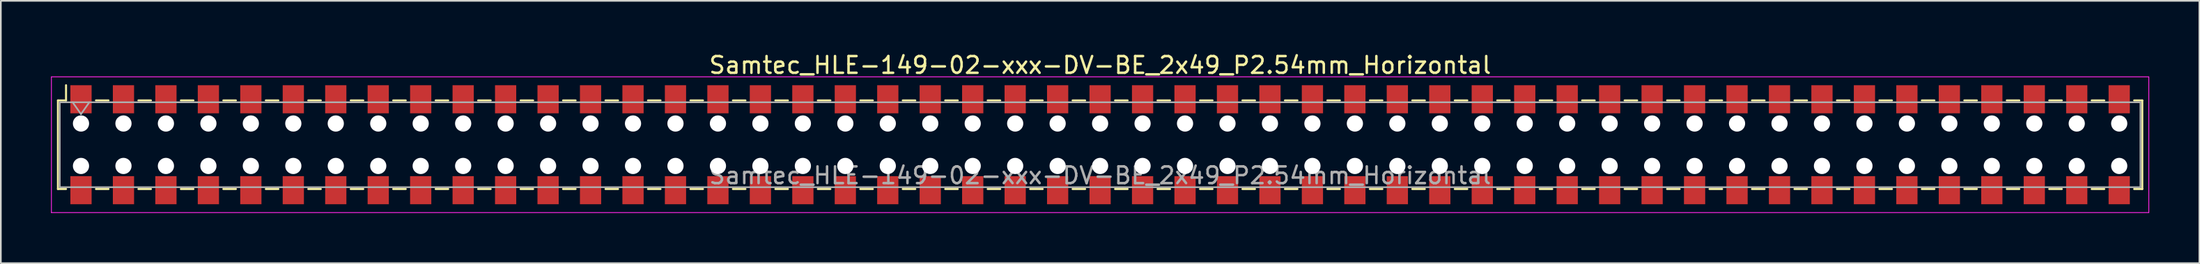
<source format=kicad_pcb>
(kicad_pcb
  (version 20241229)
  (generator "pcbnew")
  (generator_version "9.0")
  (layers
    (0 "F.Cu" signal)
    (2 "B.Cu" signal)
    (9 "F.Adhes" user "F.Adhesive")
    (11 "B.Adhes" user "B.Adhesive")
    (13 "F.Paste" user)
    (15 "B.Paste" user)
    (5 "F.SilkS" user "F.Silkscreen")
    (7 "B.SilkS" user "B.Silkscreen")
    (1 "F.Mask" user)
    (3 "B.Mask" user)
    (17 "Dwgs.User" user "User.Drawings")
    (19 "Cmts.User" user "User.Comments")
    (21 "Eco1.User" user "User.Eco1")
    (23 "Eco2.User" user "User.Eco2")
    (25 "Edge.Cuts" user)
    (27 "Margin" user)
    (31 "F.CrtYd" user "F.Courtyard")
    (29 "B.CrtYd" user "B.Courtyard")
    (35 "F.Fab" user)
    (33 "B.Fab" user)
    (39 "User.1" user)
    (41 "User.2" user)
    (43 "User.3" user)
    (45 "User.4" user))
  (footprint "Samtec_HLE-149-02-xxx-DV-BE_2x49_P2.54mm_Horizontal"
    (layer "F.Cu")
    (at 62.755 5.608)
    (property "Reference" "Samtec_HLE-149-02-xxx-DV-BE_2x49_P2.54mm_Horizontal" (at 0 -4.76 0) (layer "F.SilkS") (effects (font (size 1 1) (thickness 0.15))))
    (attr smd)
    (fp_line (start -62.34 -2.65) (end -62.34 2.65) (stroke (width 0.12) (type solid)) (layer "F.SilkS"))
    (fp_line (start -62.34 2.65) (end -61.855 2.65) (stroke (width 0.12) (type solid)) (layer "F.SilkS"))
    (fp_line (start -61.855 -3.56) (end -61.855 -2.65) (stroke (width 0.12) (type solid)) (layer "F.SilkS"))
    (fp_line (start -61.855 -2.65) (end -62.34 -2.65) (stroke (width 0.12) (type solid)) (layer "F.SilkS"))
    (fp_line (start -60.065 -2.65) (end -59.315 -2.65) (stroke (width 0.12) (type solid)) (layer "F.SilkS"))
    (fp_line (start -60.065 2.65) (end -59.315 2.65) (stroke (width 0.12) (type solid)) (layer "F.SilkS"))
    (fp_line (start -57.525 -2.65) (end -56.775 -2.65) (stroke (width 0.12) (type solid)) (layer "F.SilkS"))
    (fp_line (start -57.525 2.65) (end -56.775 2.65) (stroke (width 0.12) (type solid)) (layer "F.SilkS"))
    (fp_line (start -54.985 -2.65) (end -54.235 -2.65) (stroke (width 0.12) (type solid)) (layer "F.SilkS"))
    (fp_line (start -54.985 2.65) (end -54.235 2.65) (stroke (width 0.12) (type solid)) (layer "F.SilkS"))
    (fp_line (start -52.445 -2.65) (end -51.695 -2.65) (stroke (width 0.12) (type solid)) (layer "F.SilkS"))
    (fp_line (start -52.445 2.65) (end -51.695 2.65) (stroke (width 0.12) (type solid)) (layer "F.SilkS"))
    (fp_line (start -49.905 -2.65) (end -49.155 -2.65) (stroke (width 0.12) (type solid)) (layer "F.SilkS"))
    (fp_line (start -49.905 2.65) (end -49.155 2.65) (stroke (width 0.12) (type solid)) (layer "F.SilkS"))
    (fp_line (start -47.365 -2.65) (end -46.615 -2.65) (stroke (width 0.12) (type solid)) (layer "F.SilkS"))
    (fp_line (start -47.365 2.65) (end -46.615 2.65) (stroke (width 0.12) (type solid)) (layer "F.SilkS"))
    (fp_line (start -44.825 -2.65) (end -44.075 -2.65) (stroke (width 0.12) (type solid)) (layer "F.SilkS"))
    (fp_line (start -44.825 2.65) (end -44.075 2.65) (stroke (width 0.12) (type solid)) (layer "F.SilkS"))
    (fp_line (start -42.285 -2.65) (end -41.535 -2.65) (stroke (width 0.12) (type solid)) (layer "F.SilkS"))
    (fp_line (start -42.285 2.65) (end -41.535 2.65) (stroke (width 0.12) (type solid)) (layer "F.SilkS"))
    (fp_line (start -39.745 -2.65) (end -38.995 -2.65) (stroke (width 0.12) (type solid)) (layer "F.SilkS"))
    (fp_line (start -39.745 2.65) (end -38.995 2.65) (stroke (width 0.12) (type solid)) (layer "F.SilkS"))
    (fp_line (start -37.205 -2.65) (end -36.455 -2.65) (stroke (width 0.12) (type solid)) (layer "F.SilkS"))
    (fp_line (start -37.205 2.65) (end -36.455 2.65) (stroke (width 0.12) (type solid)) (layer "F.SilkS"))
    (fp_line (start -34.665 -2.65) (end -33.915 -2.65) (stroke (width 0.12) (type solid)) (layer "F.SilkS"))
    (fp_line (start -34.665 2.65) (end -33.915 2.65) (stroke (width 0.12) (type solid)) (layer "F.SilkS"))
    (fp_line (start -32.125 -2.65) (end -31.375 -2.65) (stroke (width 0.12) (type solid)) (layer "F.SilkS"))
    (fp_line (start -32.125 2.65) (end -31.375 2.65) (stroke (width 0.12) (type solid)) (layer "F.SilkS"))
    (fp_line (start -29.585 -2.65) (end -28.835 -2.65) (stroke (width 0.12) (type solid)) (layer "F.SilkS"))
    (fp_line (start -29.585 2.65) (end -28.835 2.65) (stroke (width 0.12) (type solid)) (layer "F.SilkS"))
    (fp_line (start -27.045 -2.65) (end -26.295 -2.65) (stroke (width 0.12) (type solid)) (layer "F.SilkS"))
    (fp_line (start -27.045 2.65) (end -26.295 2.65) (stroke (width 0.12) (type solid)) (layer "F.SilkS"))
    (fp_line (start -24.505 -2.65) (end -23.755 -2.65) (stroke (width 0.12) (type solid)) (layer "F.SilkS"))
    (fp_line (start -24.505 2.65) (end -23.755 2.65) (stroke (width 0.12) (type solid)) (layer "F.SilkS"))
    (fp_line (start -21.965 -2.65) (end -21.215 -2.65) (stroke (width 0.12) (type solid)) (layer "F.SilkS"))
    (fp_line (start -21.965 2.65) (end -21.215 2.65) (stroke (width 0.12) (type solid)) (layer "F.SilkS"))
    (fp_line (start -19.425 -2.65) (end -18.675 -2.65) (stroke (width 0.12) (type solid)) (layer "F.SilkS"))
    (fp_line (start -19.425 2.65) (end -18.675 2.65) (stroke (width 0.12) (type solid)) (layer "F.SilkS"))
    (fp_line (start -16.885 -2.65) (end -16.135 -2.65) (stroke (width 0.12) (type solid)) (layer "F.SilkS"))
    (fp_line (start -16.885 2.65) (end -16.135 2.65) (stroke (width 0.12) (type solid)) (layer "F.SilkS"))
    (fp_line (start -14.345 -2.65) (end -13.595 -2.65) (stroke (width 0.12) (type solid)) (layer "F.SilkS"))
    (fp_line (start -14.345 2.65) (end -13.595 2.65) (stroke (width 0.12) (type solid)) (layer "F.SilkS"))
    (fp_line (start -11.805 -2.65) (end -11.055 -2.65) (stroke (width 0.12) (type solid)) (layer "F.SilkS"))
    (fp_line (start -11.805 2.65) (end -11.055 2.65) (stroke (width 0.12) (type solid)) (layer "F.SilkS"))
    (fp_line (start -9.265 -2.65) (end -8.515 -2.65) (stroke (width 0.12) (type solid)) (layer "F.SilkS"))
    (fp_line (start -9.265 2.65) (end -8.515 2.65) (stroke (width 0.12) (type solid)) (layer "F.SilkS"))
    (fp_line (start -6.725 -2.65) (end -5.975 -2.65) (stroke (width 0.12) (type solid)) (layer "F.SilkS"))
    (fp_line (start -6.725 2.65) (end -5.975 2.65) (stroke (width 0.12) (type solid)) (layer "F.SilkS"))
    (fp_line (start -4.185 -2.65) (end -3.435 -2.65) (stroke (width 0.12) (type solid)) (layer "F.SilkS"))
    (fp_line (start -4.185 2.65) (end -3.435 2.65) (stroke (width 0.12) (type solid)) (layer "F.SilkS"))
    (fp_line (start -1.645 -2.65) (end -0.895 -2.65) (stroke (width 0.12) (type solid)) (layer "F.SilkS"))
    (fp_line (start -1.645 2.65) (end -0.895 2.65) (stroke (width 0.12) (type solid)) (layer "F.SilkS"))
    (fp_line (start 0.895 -2.65) (end 1.645 -2.65) (stroke (width 0.12) (type solid)) (layer "F.SilkS"))
    (fp_line (start 0.895 2.65) (end 1.645 2.65) (stroke (width 0.12) (type solid)) (layer "F.SilkS"))
    (fp_line (start 3.435 -2.65) (end 4.185 -2.65) (stroke (width 0.12) (type solid)) (layer "F.SilkS"))
    (fp_line (start 3.435 2.65) (end 4.185 2.65) (stroke (width 0.12) (type solid)) (layer "F.SilkS"))
    (fp_line (start 5.975 -2.65) (end 6.725 -2.65) (stroke (width 0.12) (type solid)) (layer "F.SilkS"))
    (fp_line (start 5.975 2.65) (end 6.725 2.65) (stroke (width 0.12) (type solid)) (layer "F.SilkS"))
    (fp_line (start 8.515 -2.65) (end 9.265 -2.65) (stroke (width 0.12) (type solid)) (layer "F.SilkS"))
    (fp_line (start 8.515 2.65) (end 9.265 2.65) (stroke (width 0.12) (type solid)) (layer "F.SilkS"))
    (fp_line (start 11.055 -2.65) (end 11.805 -2.65) (stroke (width 0.12) (type solid)) (layer "F.SilkS"))
    (fp_line (start 11.055 2.65) (end 11.805 2.65) (stroke (width 0.12) (type solid)) (layer "F.SilkS"))
    (fp_line (start 13.595 -2.65) (end 14.345 -2.65) (stroke (width 0.12) (type solid)) (layer "F.SilkS"))
    (fp_line (start 13.595 2.65) (end 14.345 2.65) (stroke (width 0.12) (type solid)) (layer "F.SilkS"))
    (fp_line (start 16.135 -2.65) (end 16.885 -2.65) (stroke (width 0.12) (type solid)) (layer "F.SilkS"))
    (fp_line (start 16.135 2.65) (end 16.885 2.65) (stroke (width 0.12) (type solid)) (layer "F.SilkS"))
    (fp_line (start 18.675 -2.65) (end 19.425 -2.65) (stroke (width 0.12) (type solid)) (layer "F.SilkS"))
    (fp_line (start 18.675 2.65) (end 19.425 2.65) (stroke (width 0.12) (type solid)) (layer "F.SilkS"))
    (fp_line (start 21.215 -2.65) (end 21.965 -2.65) (stroke (width 0.12) (type solid)) (layer "F.SilkS"))
    (fp_line (start 21.215 2.65) (end 21.965 2.65) (stroke (width 0.12) (type solid)) (layer "F.SilkS"))
    (fp_line (start 23.755 -2.65) (end 24.505 -2.65) (stroke (width 0.12) (type solid)) (layer "F.SilkS"))
    (fp_line (start 23.755 2.65) (end 24.505 2.65) (stroke (width 0.12) (type solid)) (layer "F.SilkS"))
    (fp_line (start 26.295 -2.65) (end 27.045 -2.65) (stroke (width 0.12) (type solid)) (layer "F.SilkS"))
    (fp_line (start 26.295 2.65) (end 27.045 2.65) (stroke (width 0.12) (type solid)) (layer "F.SilkS"))
    (fp_line (start 28.835 -2.65) (end 29.585 -2.65) (stroke (width 0.12) (type solid)) (layer "F.SilkS"))
    (fp_line (start 28.835 2.65) (end 29.585 2.65) (stroke (width 0.12) (type solid)) (layer "F.SilkS"))
    (fp_line (start 31.375 -2.65) (end 32.125 -2.65) (stroke (width 0.12) (type solid)) (layer "F.SilkS"))
    (fp_line (start 31.375 2.65) (end 32.125 2.65) (stroke (width 0.12) (type solid)) (layer "F.SilkS"))
    (fp_line (start 33.915 -2.65) (end 34.665 -2.65) (stroke (width 0.12) (type solid)) (layer "F.SilkS"))
    (fp_line (start 33.915 2.65) (end 34.665 2.65) (stroke (width 0.12) (type solid)) (layer "F.SilkS"))
    (fp_line (start 36.455 -2.65) (end 37.205 -2.65) (stroke (width 0.12) (type solid)) (layer "F.SilkS"))
    (fp_line (start 36.455 2.65) (end 37.205 2.65) (stroke (width 0.12) (type solid)) (layer "F.SilkS"))
    (fp_line (start 38.995 -2.65) (end 39.745 -2.65) (stroke (width 0.12) (type solid)) (layer "F.SilkS"))
    (fp_line (start 38.995 2.65) (end 39.745 2.65) (stroke (width 0.12) (type solid)) (layer "F.SilkS"))
    (fp_line (start 41.535 -2.65) (end 42.285 -2.65) (stroke (width 0.12) (type solid)) (layer "F.SilkS"))
    (fp_line (start 41.535 2.65) (end 42.285 2.65) (stroke (width 0.12) (type solid)) (layer "F.SilkS"))
    (fp_line (start 44.075 -2.65) (end 44.825 -2.65) (stroke (width 0.12) (type solid)) (layer "F.SilkS"))
    (fp_line (start 44.075 2.65) (end 44.825 2.65) (stroke (width 0.12) (type solid)) (layer "F.SilkS"))
    (fp_line (start 46.615 -2.65) (end 47.365 -2.65) (stroke (width 0.12) (type solid)) (layer "F.SilkS"))
    (fp_line (start 46.615 2.65) (end 47.365 2.65) (stroke (width 0.12) (type solid)) (layer "F.SilkS"))
    (fp_line (start 49.155 -2.65) (end 49.905 -2.65) (stroke (width 0.12) (type solid)) (layer "F.SilkS"))
    (fp_line (start 49.155 2.65) (end 49.905 2.65) (stroke (width 0.12) (type solid)) (layer "F.SilkS"))
    (fp_line (start 51.695 -2.65) (end 52.445 -2.65) (stroke (width 0.12) (type solid)) (layer "F.SilkS"))
    (fp_line (start 51.695 2.65) (end 52.445 2.65) (stroke (width 0.12) (type solid)) (layer "F.SilkS"))
    (fp_line (start 54.235 -2.65) (end 54.985 -2.65) (stroke (width 0.12) (type solid)) (layer "F.SilkS"))
    (fp_line (start 54.235 2.65) (end 54.985 2.65) (stroke (width 0.12) (type solid)) (layer "F.SilkS"))
    (fp_line (start 56.775 -2.65) (end 57.525 -2.65) (stroke (width 0.12) (type solid)) (layer "F.SilkS"))
    (fp_line (start 56.775 2.65) (end 57.525 2.65) (stroke (width 0.12) (type solid)) (layer "F.SilkS"))
    (fp_line (start 59.315 -2.65) (end 60.065 -2.65) (stroke (width 0.12) (type solid)) (layer "F.SilkS"))
    (fp_line (start 59.315 2.65) (end 60.065 2.65) (stroke (width 0.12) (type solid)) (layer "F.SilkS"))
    (fp_line (start 61.855 -2.65) (end 62.34 -2.65) (stroke (width 0.12) (type solid)) (layer "F.SilkS"))
    (fp_line (start 62.34 -2.65) (end 62.34 2.65) (stroke (width 0.12) (type solid)) (layer "F.SilkS"))
    (fp_line (start 62.34 2.65) (end 61.855 2.65) (stroke (width 0.12) (type solid)) (layer "F.SilkS"))
    (fp_line (start -62.73 -4.06) (end 62.73 -4.06) (stroke (width 0.05) (type solid)) (layer "F.CrtYd"))
    (fp_line (start -62.73 4.06) (end -62.73 -4.06) (stroke (width 0.05) (type solid)) (layer "F.CrtYd"))
    (fp_line (start 62.73 -4.06) (end 62.73 4.06) (stroke (width 0.05) (type solid)) (layer "F.CrtYd"))
    (fp_line (start 62.73 4.06) (end -62.73 4.06) (stroke (width 0.05) (type solid)) (layer "F.CrtYd"))
    (fp_line (start -62.23 -2.54) (end 62.23 -2.54) (stroke (width 0.1) (type solid)) (layer "F.Fab"))
    (fp_line (start -62.23 2.54) (end -62.23 -2.54) (stroke (width 0.1) (type solid)) (layer "F.Fab"))
    (fp_line (start -61.46 -2.54) (end -60.96 -1.833) (stroke (width 0.1) (type solid)) (layer "F.Fab"))
    (fp_line (start -60.96 -1.833) (end -60.46 -2.54) (stroke (width 0.1) (type solid)) (layer "F.Fab"))
    (fp_line (start 62.23 -2.54) (end 62.23 2.54) (stroke (width 0.1) (type solid)) (layer "F.Fab"))
    (fp_line (start 62.23 2.54) (end -62.23 2.54) (stroke (width 0.1) (type solid)) (layer "F.Fab"))
    (fp_text user "${REFERENCE}" (at 0 1.84 0) (layer "F.Fab") (effects (font (size 1 1) (thickness 0.15))))
    (pad "" np_thru_hole circle (at -60.96 -1.27) (size 0.97 0.97) (drill 0.97) (layers "*.Cu" "*.Mask"))
    (pad "" np_thru_hole circle (at -60.96 1.27) (size 0.97 0.97) (drill 0.97) (layers "*.Cu" "*.Mask"))
    (pad "" np_thru_hole circle (at -58.42 -1.27) (size 0.97 0.97) (drill 0.97) (layers "*.Cu" "*.Mask"))
    (pad "" np_thru_hole circle (at -58.42 1.27) (size 0.97 0.97) (drill 0.97) (layers "*.Cu" "*.Mask"))
    (pad "" np_thru_hole circle (at -55.88 -1.27) (size 0.97 0.97) (drill 0.97) (layers "*.Cu" "*.Mask"))
    (pad "" np_thru_hole circle (at -55.88 1.27) (size 0.97 0.97) (drill 0.97) (layers "*.Cu" "*.Mask"))
    (pad "" np_thru_hole circle (at -53.34 -1.27) (size 0.97 0.97) (drill 0.97) (layers "*.Cu" "*.Mask"))
    (pad "" np_thru_hole circle (at -53.34 1.27) (size 0.97 0.97) (drill 0.97) (layers "*.Cu" "*.Mask"))
    (pad "" np_thru_hole circle (at -50.8 -1.27) (size 0.97 0.97) (drill 0.97) (layers "*.Cu" "*.Mask"))
    (pad "" np_thru_hole circle (at -50.8 1.27) (size 0.97 0.97) (drill 0.97) (layers "*.Cu" "*.Mask"))
    (pad "" np_thru_hole circle (at -48.26 -1.27) (size 0.97 0.97) (drill 0.97) (layers "*.Cu" "*.Mask"))
    (pad "" np_thru_hole circle (at -48.26 1.27) (size 0.97 0.97) (drill 0.97) (layers "*.Cu" "*.Mask"))
    (pad "" np_thru_hole circle (at -45.72 -1.27) (size 0.97 0.97) (drill 0.97) (layers "*.Cu" "*.Mask"))
    (pad "" np_thru_hole circle (at -45.72 1.27) (size 0.97 0.97) (drill 0.97) (layers "*.Cu" "*.Mask"))
    (pad "" np_thru_hole circle (at -43.18 -1.27) (size 0.97 0.97) (drill 0.97) (layers "*.Cu" "*.Mask"))
    (pad "" np_thru_hole circle (at -43.18 1.27) (size 0.97 0.97) (drill 0.97) (layers "*.Cu" "*.Mask"))
    (pad "" np_thru_hole circle (at -40.64 -1.27) (size 0.97 0.97) (drill 0.97) (layers "*.Cu" "*.Mask"))
    (pad "" np_thru_hole circle (at -40.64 1.27) (size 0.97 0.97) (drill 0.97) (layers "*.Cu" "*.Mask"))
    (pad "" np_thru_hole circle (at -38.1 -1.27) (size 0.97 0.97) (drill 0.97) (layers "*.Cu" "*.Mask"))
    (pad "" np_thru_hole circle (at -38.1 1.27) (size 0.97 0.97) (drill 0.97) (layers "*.Cu" "*.Mask"))
    (pad "" np_thru_hole circle (at -35.56 -1.27) (size 0.97 0.97) (drill 0.97) (layers "*.Cu" "*.Mask"))
    (pad "" np_thru_hole circle (at -35.56 1.27) (size 0.97 0.97) (drill 0.97) (layers "*.Cu" "*.Mask"))
    (pad "" np_thru_hole circle (at -33.02 -1.27) (size 0.97 0.97) (drill 0.97) (layers "*.Cu" "*.Mask"))
    (pad "" np_thru_hole circle (at -33.02 1.27) (size 0.97 0.97) (drill 0.97) (layers "*.Cu" "*.Mask"))
    (pad "" np_thru_hole circle (at -30.48 -1.27) (size 0.97 0.97) (drill 0.97) (layers "*.Cu" "*.Mask"))
    (pad "" np_thru_hole circle (at -30.48 1.27) (size 0.97 0.97) (drill 0.97) (layers "*.Cu" "*.Mask"))
    (pad "" np_thru_hole circle (at -27.94 -1.27) (size 0.97 0.97) (drill 0.97) (layers "*.Cu" "*.Mask"))
    (pad "" np_thru_hole circle (at -27.94 1.27) (size 0.97 0.97) (drill 0.97) (layers "*.Cu" "*.Mask"))
    (pad "" np_thru_hole circle (at -25.4 -1.27) (size 0.97 0.97) (drill 0.97) (layers "*.Cu" "*.Mask"))
    (pad "" np_thru_hole circle (at -25.4 1.27) (size 0.97 0.97) (drill 0.97) (layers "*.Cu" "*.Mask"))
    (pad "" np_thru_hole circle (at -22.86 -1.27) (size 0.97 0.97) (drill 0.97) (layers "*.Cu" "*.Mask"))
    (pad "" np_thru_hole circle (at -22.86 1.27) (size 0.97 0.97) (drill 0.97) (layers "*.Cu" "*.Mask"))
    (pad "" np_thru_hole circle (at -20.32 -1.27) (size 0.97 0.97) (drill 0.97) (layers "*.Cu" "*.Mask"))
    (pad "" np_thru_hole circle (at -20.32 1.27) (size 0.97 0.97) (drill 0.97) (layers "*.Cu" "*.Mask"))
    (pad "" np_thru_hole circle (at -17.78 -1.27) (size 0.97 0.97) (drill 0.97) (layers "*.Cu" "*.Mask"))
    (pad "" np_thru_hole circle (at -17.78 1.27) (size 0.97 0.97) (drill 0.97) (layers "*.Cu" "*.Mask"))
    (pad "" np_thru_hole circle (at -15.24 -1.27) (size 0.97 0.97) (drill 0.97) (layers "*.Cu" "*.Mask"))
    (pad "" np_thru_hole circle (at -15.24 1.27) (size 0.97 0.97) (drill 0.97) (layers "*.Cu" "*.Mask"))
    (pad "" np_thru_hole circle (at -12.7 -1.27) (size 0.97 0.97) (drill 0.97) (layers "*.Cu" "*.Mask"))
    (pad "" np_thru_hole circle (at -12.7 1.27) (size 0.97 0.97) (drill 0.97) (layers "*.Cu" "*.Mask"))
    (pad "" np_thru_hole circle (at -10.16 -1.27) (size 0.97 0.97) (drill 0.97) (layers "*.Cu" "*.Mask"))
    (pad "" np_thru_hole circle (at -10.16 1.27) (size 0.97 0.97) (drill 0.97) (layers "*.Cu" "*.Mask"))
    (pad "" np_thru_hole circle (at -7.62 -1.27) (size 0.97 0.97) (drill 0.97) (layers "*.Cu" "*.Mask"))
    (pad "" np_thru_hole circle (at -7.62 1.27) (size 0.97 0.97) (drill 0.97) (layers "*.Cu" "*.Mask"))
    (pad "" np_thru_hole circle (at -5.08 -1.27) (size 0.97 0.97) (drill 0.97) (layers "*.Cu" "*.Mask"))
    (pad "" np_thru_hole circle (at -5.08 1.27) (size 0.97 0.97) (drill 0.97) (layers "*.Cu" "*.Mask"))
    (pad "" np_thru_hole circle (at -2.54 -1.27) (size 0.97 0.97) (drill 0.97) (layers "*.Cu" "*.Mask"))
    (pad "" np_thru_hole circle (at -2.54 1.27) (size 0.97 0.97) (drill 0.97) (layers "*.Cu" "*.Mask"))
    (pad "" np_thru_hole circle (at 0 -1.27) (size 0.97 0.97) (drill 0.97) (layers "*.Cu" "*.Mask"))
    (pad "" np_thru_hole circle (at 0 1.27) (size 0.97 0.97) (drill 0.97) (layers "*.Cu" "*.Mask"))
    (pad "" np_thru_hole circle (at 2.54 -1.27) (size 0.97 0.97) (drill 0.97) (layers "*.Cu" "*.Mask"))
    (pad "" np_thru_hole circle (at 2.54 1.27) (size 0.97 0.97) (drill 0.97) (layers "*.Cu" "*.Mask"))
    (pad "" np_thru_hole circle (at 5.08 -1.27) (size 0.97 0.97) (drill 0.97) (layers "*.Cu" "*.Mask"))
    (pad "" np_thru_hole circle (at 5.08 1.27) (size 0.97 0.97) (drill 0.97) (layers "*.Cu" "*.Mask"))
    (pad "" np_thru_hole circle (at 7.62 -1.27) (size 0.97 0.97) (drill 0.97) (layers "*.Cu" "*.Mask"))
    (pad "" np_thru_hole circle (at 7.62 1.27) (size 0.97 0.97) (drill 0.97) (layers "*.Cu" "*.Mask"))
    (pad "" np_thru_hole circle (at 10.16 -1.27) (size 0.97 0.97) (drill 0.97) (layers "*.Cu" "*.Mask"))
    (pad "" np_thru_hole circle (at 10.16 1.27) (size 0.97 0.97) (drill 0.97) (layers "*.Cu" "*.Mask"))
    (pad "" np_thru_hole circle (at 12.7 -1.27) (size 0.97 0.97) (drill 0.97) (layers "*.Cu" "*.Mask"))
    (pad "" np_thru_hole circle (at 12.7 1.27) (size 0.97 0.97) (drill 0.97) (layers "*.Cu" "*.Mask"))
    (pad "" np_thru_hole circle (at 15.24 -1.27) (size 0.97 0.97) (drill 0.97) (layers "*.Cu" "*.Mask"))
    (pad "" np_thru_hole circle (at 15.24 1.27) (size 0.97 0.97) (drill 0.97) (layers "*.Cu" "*.Mask"))
    (pad "" np_thru_hole circle (at 17.78 -1.27) (size 0.97 0.97) (drill 0.97) (layers "*.Cu" "*.Mask"))
    (pad "" np_thru_hole circle (at 17.78 1.27) (size 0.97 0.97) (drill 0.97) (layers "*.Cu" "*.Mask"))
    (pad "" np_thru_hole circle (at 20.32 -1.27) (size 0.97 0.97) (drill 0.97) (layers "*.Cu" "*.Mask"))
    (pad "" np_thru_hole circle (at 20.32 1.27) (size 0.97 0.97) (drill 0.97) (layers "*.Cu" "*.Mask"))
    (pad "" np_thru_hole circle (at 22.86 -1.27) (size 0.97 0.97) (drill 0.97) (layers "*.Cu" "*.Mask"))
    (pad "" np_thru_hole circle (at 22.86 1.27) (size 0.97 0.97) (drill 0.97) (layers "*.Cu" "*.Mask"))
    (pad "" np_thru_hole circle (at 25.4 -1.27) (size 0.97 0.97) (drill 0.97) (layers "*.Cu" "*.Mask"))
    (pad "" np_thru_hole circle (at 25.4 1.27) (size 0.97 0.97) (drill 0.97) (layers "*.Cu" "*.Mask"))
    (pad "" np_thru_hole circle (at 27.94 -1.27) (size 0.97 0.97) (drill 0.97) (layers "*.Cu" "*.Mask"))
    (pad "" np_thru_hole circle (at 27.94 1.27) (size 0.97 0.97) (drill 0.97) (layers "*.Cu" "*.Mask"))
    (pad "" np_thru_hole circle (at 30.48 -1.27) (size 0.97 0.97) (drill 0.97) (layers "*.Cu" "*.Mask"))
    (pad "" np_thru_hole circle (at 30.48 1.27) (size 0.97 0.97) (drill 0.97) (layers "*.Cu" "*.Mask"))
    (pad "" np_thru_hole circle (at 33.02 -1.27) (size 0.97 0.97) (drill 0.97) (layers "*.Cu" "*.Mask"))
    (pad "" np_thru_hole circle (at 33.02 1.27) (size 0.97 0.97) (drill 0.97) (layers "*.Cu" "*.Mask"))
    (pad "" np_thru_hole circle (at 35.56 -1.27) (size 0.97 0.97) (drill 0.97) (layers "*.Cu" "*.Mask"))
    (pad "" np_thru_hole circle (at 35.56 1.27) (size 0.97 0.97) (drill 0.97) (layers "*.Cu" "*.Mask"))
    (pad "" np_thru_hole circle (at 38.1 -1.27) (size 0.97 0.97) (drill 0.97) (layers "*.Cu" "*.Mask"))
    (pad "" np_thru_hole circle (at 38.1 1.27) (size 0.97 0.97) (drill 0.97) (layers "*.Cu" "*.Mask"))
    (pad "" np_thru_hole circle (at 40.64 -1.27) (size 0.97 0.97) (drill 0.97) (layers "*.Cu" "*.Mask"))
    (pad "" np_thru_hole circle (at 40.64 1.27) (size 0.97 0.97) (drill 0.97) (layers "*.Cu" "*.Mask"))
    (pad "" np_thru_hole circle (at 43.18 -1.27) (size 0.97 0.97) (drill 0.97) (layers "*.Cu" "*.Mask"))
    (pad "" np_thru_hole circle (at 43.18 1.27) (size 0.97 0.97) (drill 0.97) (layers "*.Cu" "*.Mask"))
    (pad "" np_thru_hole circle (at 45.72 -1.27) (size 0.97 0.97) (drill 0.97) (layers "*.Cu" "*.Mask"))
    (pad "" np_thru_hole circle (at 45.72 1.27) (size 0.97 0.97) (drill 0.97) (layers "*.Cu" "*.Mask"))
    (pad "" np_thru_hole circle (at 48.26 -1.27) (size 0.97 0.97) (drill 0.97) (layers "*.Cu" "*.Mask"))
    (pad "" np_thru_hole circle (at 48.26 1.27) (size 0.97 0.97) (drill 0.97) (layers "*.Cu" "*.Mask"))
    (pad "" np_thru_hole circle (at 50.8 -1.27) (size 0.97 0.97) (drill 0.97) (layers "*.Cu" "*.Mask"))
    (pad "" np_thru_hole circle (at 50.8 1.27) (size 0.97 0.97) (drill 0.97) (layers "*.Cu" "*.Mask"))
    (pad "" np_thru_hole circle (at 53.34 -1.27) (size 0.97 0.97) (drill 0.97) (layers "*.Cu" "*.Mask"))
    (pad "" np_thru_hole circle (at 53.34 1.27) (size 0.97 0.97) (drill 0.97) (layers "*.Cu" "*.Mask"))
    (pad "" np_thru_hole circle (at 55.88 -1.27) (size 0.97 0.97) (drill 0.97) (layers "*.Cu" "*.Mask"))
    (pad "" np_thru_hole circle (at 55.88 1.27) (size 0.97 0.97) (drill 0.97) (layers "*.Cu" "*.Mask"))
    (pad "" np_thru_hole circle (at 58.42 -1.27) (size 0.97 0.97) (drill 0.97) (layers "*.Cu" "*.Mask"))
    (pad "" np_thru_hole circle (at 58.42 1.27) (size 0.97 0.97) (drill 0.97) (layers "*.Cu" "*.Mask"))
    (pad "" np_thru_hole circle (at 60.96 -1.27) (size 0.97 0.97) (drill 0.97) (layers "*.Cu" "*.Mask"))
    (pad "" np_thru_hole circle (at 60.96 1.27) (size 0.97 0.97) (drill 0.97) (layers "*.Cu" "*.Mask"))
    (pad "1" smd rect (at -60.96 -2.72) (size 1.27 1.68) (layers "F.Cu" "F.Mask" "F.Paste"))
    (pad "2" smd rect (at -60.96 2.72) (size 1.27 1.68) (layers "F.Cu" "F.Mask" "F.Paste"))
    (pad "3" smd rect (at -58.42 -2.72) (size 1.27 1.68) (layers "F.Cu" "F.Mask" "F.Paste"))
    (pad "4" smd rect (at -58.42 2.72) (size 1.27 1.68) (layers "F.Cu" "F.Mask" "F.Paste"))
    (pad "5" smd rect (at -55.88 -2.72) (size 1.27 1.68) (layers "F.Cu" "F.Mask" "F.Paste"))
    (pad "6" smd rect (at -55.88 2.72) (size 1.27 1.68) (layers "F.Cu" "F.Mask" "F.Paste"))
    (pad "7" smd rect (at -53.34 -2.72) (size 1.27 1.68) (layers "F.Cu" "F.Mask" "F.Paste"))
    (pad "8" smd rect (at -53.34 2.72) (size 1.27 1.68) (layers "F.Cu" "F.Mask" "F.Paste"))
    (pad "9" smd rect (at -50.8 -2.72) (size 1.27 1.68) (layers "F.Cu" "F.Mask" "F.Paste"))
    (pad "10" smd rect (at -50.8 2.72) (size 1.27 1.68) (layers "F.Cu" "F.Mask" "F.Paste"))
    (pad "11" smd rect (at -48.26 -2.72) (size 1.27 1.68) (layers "F.Cu" "F.Mask" "F.Paste"))
    (pad "12" smd rect (at -48.26 2.72) (size 1.27 1.68) (layers "F.Cu" "F.Mask" "F.Paste"))
    (pad "13" smd rect (at -45.72 -2.72) (size 1.27 1.68) (layers "F.Cu" "F.Mask" "F.Paste"))
    (pad "14" smd rect (at -45.72 2.72) (size 1.27 1.68) (layers "F.Cu" "F.Mask" "F.Paste"))
    (pad "15" smd rect (at -43.18 -2.72) (size 1.27 1.68) (layers "F.Cu" "F.Mask" "F.Paste"))
    (pad "16" smd rect (at -43.18 2.72) (size 1.27 1.68) (layers "F.Cu" "F.Mask" "F.Paste"))
    (pad "17" smd rect (at -40.64 -2.72) (size 1.27 1.68) (layers "F.Cu" "F.Mask" "F.Paste"))
    (pad "18" smd rect (at -40.64 2.72) (size 1.27 1.68) (layers "F.Cu" "F.Mask" "F.Paste"))
    (pad "19" smd rect (at -38.1 -2.72) (size 1.27 1.68) (layers "F.Cu" "F.Mask" "F.Paste"))
    (pad "20" smd rect (at -38.1 2.72) (size 1.27 1.68) (layers "F.Cu" "F.Mask" "F.Paste"))
    (pad "21" smd rect (at -35.56 -2.72) (size 1.27 1.68) (layers "F.Cu" "F.Mask" "F.Paste"))
    (pad "22" smd rect (at -35.56 2.72) (size 1.27 1.68) (layers "F.Cu" "F.Mask" "F.Paste"))
    (pad "23" smd rect (at -33.02 -2.72) (size 1.27 1.68) (layers "F.Cu" "F.Mask" "F.Paste"))
    (pad "24" smd rect (at -33.02 2.72) (size 1.27 1.68) (layers "F.Cu" "F.Mask" "F.Paste"))
    (pad "25" smd rect (at -30.48 -2.72) (size 1.27 1.68) (layers "F.Cu" "F.Mask" "F.Paste"))
    (pad "26" smd rect (at -30.48 2.72) (size 1.27 1.68) (layers "F.Cu" "F.Mask" "F.Paste"))
    (pad "27" smd rect (at -27.94 -2.72) (size 1.27 1.68) (layers "F.Cu" "F.Mask" "F.Paste"))
    (pad "28" smd rect (at -27.94 2.72) (size 1.27 1.68) (layers "F.Cu" "F.Mask" "F.Paste"))
    (pad "29" smd rect (at -25.4 -2.72) (size 1.27 1.68) (layers "F.Cu" "F.Mask" "F.Paste"))
    (pad "30" smd rect (at -25.4 2.72) (size 1.27 1.68) (layers "F.Cu" "F.Mask" "F.Paste"))
    (pad "31" smd rect (at -22.86 -2.72) (size 1.27 1.68) (layers "F.Cu" "F.Mask" "F.Paste"))
    (pad "32" smd rect (at -22.86 2.72) (size 1.27 1.68) (layers "F.Cu" "F.Mask" "F.Paste"))
    (pad "33" smd rect (at -20.32 -2.72) (size 1.27 1.68) (layers "F.Cu" "F.Mask" "F.Paste"))
    (pad "34" smd rect (at -20.32 2.72) (size 1.27 1.68) (layers "F.Cu" "F.Mask" "F.Paste"))
    (pad "35" smd rect (at -17.78 -2.72) (size 1.27 1.68) (layers "F.Cu" "F.Mask" "F.Paste"))
    (pad "36" smd rect (at -17.78 2.72) (size 1.27 1.68) (layers "F.Cu" "F.Mask" "F.Paste"))
    (pad "37" smd rect (at -15.24 -2.72) (size 1.27 1.68) (layers "F.Cu" "F.Mask" "F.Paste"))
    (pad "38" smd rect (at -15.24 2.72) (size 1.27 1.68) (layers "F.Cu" "F.Mask" "F.Paste"))
    (pad "39" smd rect (at -12.7 -2.72) (size 1.27 1.68) (layers "F.Cu" "F.Mask" "F.Paste"))
    (pad "40" smd rect (at -12.7 2.72) (size 1.27 1.68) (layers "F.Cu" "F.Mask" "F.Paste"))
    (pad "41" smd rect (at -10.16 -2.72) (size 1.27 1.68) (layers "F.Cu" "F.Mask" "F.Paste"))
    (pad "42" smd rect (at -10.16 2.72) (size 1.27 1.68) (layers "F.Cu" "F.Mask" "F.Paste"))
    (pad "43" smd rect (at -7.62 -2.72) (size 1.27 1.68) (layers "F.Cu" "F.Mask" "F.Paste"))
    (pad "44" smd rect (at -7.62 2.72) (size 1.27 1.68) (layers "F.Cu" "F.Mask" "F.Paste"))
    (pad "45" smd rect (at -5.08 -2.72) (size 1.27 1.68) (layers "F.Cu" "F.Mask" "F.Paste"))
    (pad "46" smd rect (at -5.08 2.72) (size 1.27 1.68) (layers "F.Cu" "F.Mask" "F.Paste"))
    (pad "47" smd rect (at -2.54 -2.72) (size 1.27 1.68) (layers "F.Cu" "F.Mask" "F.Paste"))
    (pad "48" smd rect (at -2.54 2.72) (size 1.27 1.68) (layers "F.Cu" "F.Mask" "F.Paste"))
    (pad "49" smd rect (at 0 -2.72) (size 1.27 1.68) (layers "F.Cu" "F.Mask" "F.Paste"))
    (pad "50" smd rect (at 0 2.72) (size 1.27 1.68) (layers "F.Cu" "F.Mask" "F.Paste"))
    (pad "51" smd rect (at 2.54 -2.72) (size 1.27 1.68) (layers "F.Cu" "F.Mask" "F.Paste"))
    (pad "52" smd rect (at 2.54 2.72) (size 1.27 1.68) (layers "F.Cu" "F.Mask" "F.Paste"))
    (pad "53" smd rect (at 5.08 -2.72) (size 1.27 1.68) (layers "F.Cu" "F.Mask" "F.Paste"))
    (pad "54" smd rect (at 5.08 2.72) (size 1.27 1.68) (layers "F.Cu" "F.Mask" "F.Paste"))
    (pad "55" smd rect (at 7.62 -2.72) (size 1.27 1.68) (layers "F.Cu" "F.Mask" "F.Paste"))
    (pad "56" smd rect (at 7.62 2.72) (size 1.27 1.68) (layers "F.Cu" "F.Mask" "F.Paste"))
    (pad "57" smd rect (at 10.16 -2.72) (size 1.27 1.68) (layers "F.Cu" "F.Mask" "F.Paste"))
    (pad "58" smd rect (at 10.16 2.72) (size 1.27 1.68) (layers "F.Cu" "F.Mask" "F.Paste"))
    (pad "59" smd rect (at 12.7 -2.72) (size 1.27 1.68) (layers "F.Cu" "F.Mask" "F.Paste"))
    (pad "60" smd rect (at 12.7 2.72) (size 1.27 1.68) (layers "F.Cu" "F.Mask" "F.Paste"))
    (pad "61" smd rect (at 15.24 -2.72) (size 1.27 1.68) (layers "F.Cu" "F.Mask" "F.Paste"))
    (pad "62" smd rect (at 15.24 2.72) (size 1.27 1.68) (layers "F.Cu" "F.Mask" "F.Paste"))
    (pad "63" smd rect (at 17.78 -2.72) (size 1.27 1.68) (layers "F.Cu" "F.Mask" "F.Paste"))
    (pad "64" smd rect (at 17.78 2.72) (size 1.27 1.68) (layers "F.Cu" "F.Mask" "F.Paste"))
    (pad "65" smd rect (at 20.32 -2.72) (size 1.27 1.68) (layers "F.Cu" "F.Mask" "F.Paste"))
    (pad "66" smd rect (at 20.32 2.72) (size 1.27 1.68) (layers "F.Cu" "F.Mask" "F.Paste"))
    (pad "67" smd rect (at 22.86 -2.72) (size 1.27 1.68) (layers "F.Cu" "F.Mask" "F.Paste"))
    (pad "68" smd rect (at 22.86 2.72) (size 1.27 1.68) (layers "F.Cu" "F.Mask" "F.Paste"))
    (pad "69" smd rect (at 25.4 -2.72) (size 1.27 1.68) (layers "F.Cu" "F.Mask" "F.Paste"))
    (pad "70" smd rect (at 25.4 2.72) (size 1.27 1.68) (layers "F.Cu" "F.Mask" "F.Paste"))
    (pad "71" smd rect (at 27.94 -2.72) (size 1.27 1.68) (layers "F.Cu" "F.Mask" "F.Paste"))
    (pad "72" smd rect (at 27.94 2.72) (size 1.27 1.68) (layers "F.Cu" "F.Mask" "F.Paste"))
    (pad "73" smd rect (at 30.48 -2.72) (size 1.27 1.68) (layers "F.Cu" "F.Mask" "F.Paste"))
    (pad "74" smd rect (at 30.48 2.72) (size 1.27 1.68) (layers "F.Cu" "F.Mask" "F.Paste"))
    (pad "75" smd rect (at 33.02 -2.72) (size 1.27 1.68) (layers "F.Cu" "F.Mask" "F.Paste"))
    (pad "76" smd rect (at 33.02 2.72) (size 1.27 1.68) (layers "F.Cu" "F.Mask" "F.Paste"))
    (pad "77" smd rect (at 35.56 -2.72) (size 1.27 1.68) (layers "F.Cu" "F.Mask" "F.Paste"))
    (pad "78" smd rect (at 35.56 2.72) (size 1.27 1.68) (layers "F.Cu" "F.Mask" "F.Paste"))
    (pad "79" smd rect (at 38.1 -2.72) (size 1.27 1.68) (layers "F.Cu" "F.Mask" "F.Paste"))
    (pad "80" smd rect (at 38.1 2.72) (size 1.27 1.68) (layers "F.Cu" "F.Mask" "F.Paste"))
    (pad "81" smd rect (at 40.64 -2.72) (size 1.27 1.68) (layers "F.Cu" "F.Mask" "F.Paste"))
    (pad "82" smd rect (at 40.64 2.72) (size 1.27 1.68) (layers "F.Cu" "F.Mask" "F.Paste"))
    (pad "83" smd rect (at 43.18 -2.72) (size 1.27 1.68) (layers "F.Cu" "F.Mask" "F.Paste"))
    (pad "84" smd rect (at 43.18 2.72) (size 1.27 1.68) (layers "F.Cu" "F.Mask" "F.Paste"))
    (pad "85" smd rect (at 45.72 -2.72) (size 1.27 1.68) (layers "F.Cu" "F.Mask" "F.Paste"))
    (pad "86" smd rect (at 45.72 2.72) (size 1.27 1.68) (layers "F.Cu" "F.Mask" "F.Paste"))
    (pad "87" smd rect (at 48.26 -2.72) (size 1.27 1.68) (layers "F.Cu" "F.Mask" "F.Paste"))
    (pad "88" smd rect (at 48.26 2.72) (size 1.27 1.68) (layers "F.Cu" "F.Mask" "F.Paste"))
    (pad "89" smd rect (at 50.8 -2.72) (size 1.27 1.68) (layers "F.Cu" "F.Mask" "F.Paste"))
    (pad "90" smd rect (at 50.8 2.72) (size 1.27 1.68) (layers "F.Cu" "F.Mask" "F.Paste"))
    (pad "91" smd rect (at 53.34 -2.72) (size 1.27 1.68) (layers "F.Cu" "F.Mask" "F.Paste"))
    (pad "92" smd rect (at 53.34 2.72) (size 1.27 1.68) (layers "F.Cu" "F.Mask" "F.Paste"))
    (pad "93" smd rect (at 55.88 -2.72) (size 1.27 1.68) (layers "F.Cu" "F.Mask" "F.Paste"))
    (pad "94" smd rect (at 55.88 2.72) (size 1.27 1.68) (layers "F.Cu" "F.Mask" "F.Paste"))
    (pad "95" smd rect (at 58.42 -2.72) (size 1.27 1.68) (layers "F.Cu" "F.Mask" "F.Paste"))
    (pad "96" smd rect (at 58.42 2.72) (size 1.27 1.68) (layers "F.Cu" "F.Mask" "F.Paste"))
    (pad "97" smd rect (at 60.96 -2.72) (size 1.27 1.68) (layers "F.Cu" "F.Mask" "F.Paste"))
    (pad "98" smd rect (at 60.96 2.72) (size 1.27 1.68) (layers "F.Cu" "F.Mask" "F.Paste")))
  (gr_rect
    (start -3 -3)
    (end 128.51 12.693)
    (stroke (width 0.1) (type default))
    (fill no)
    (layer "Edge.Cuts")))
</source>
